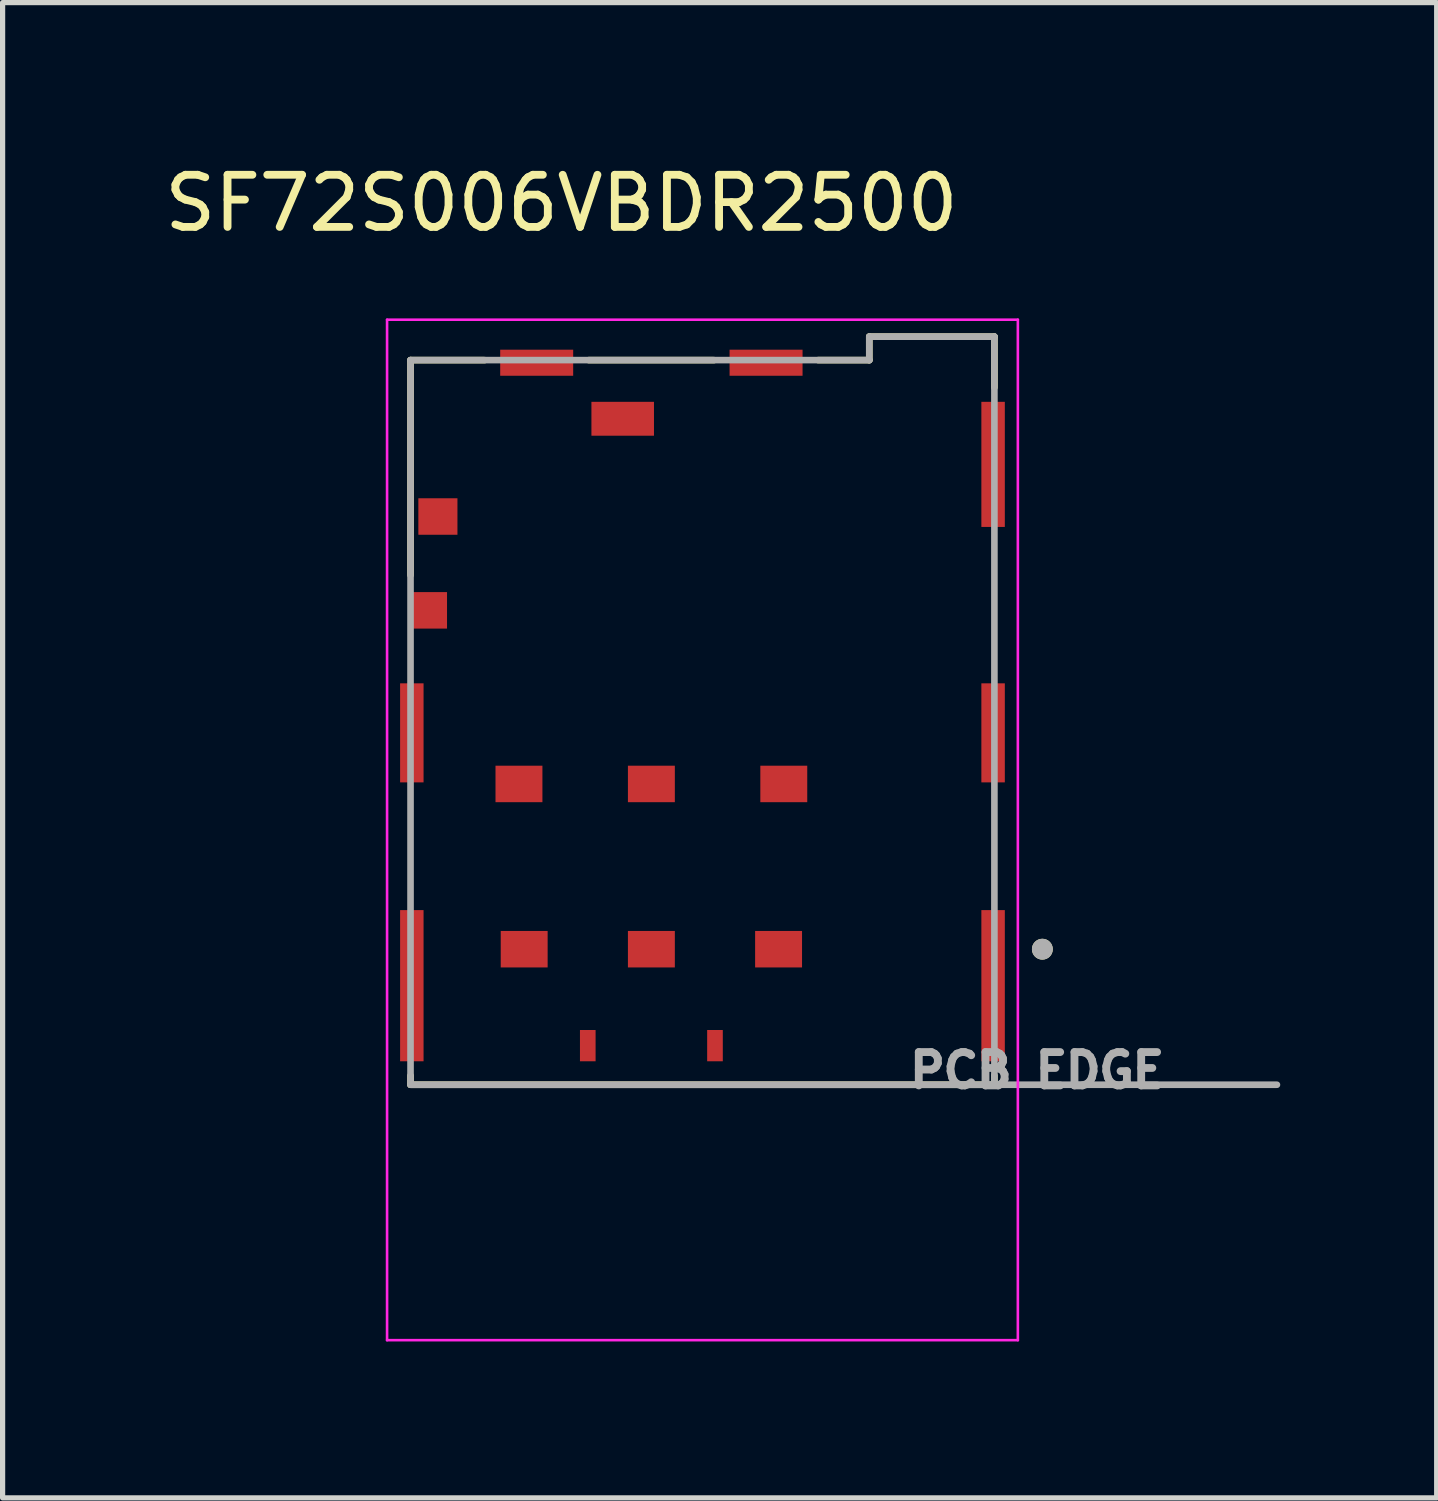
<source format=kicad_pcb>
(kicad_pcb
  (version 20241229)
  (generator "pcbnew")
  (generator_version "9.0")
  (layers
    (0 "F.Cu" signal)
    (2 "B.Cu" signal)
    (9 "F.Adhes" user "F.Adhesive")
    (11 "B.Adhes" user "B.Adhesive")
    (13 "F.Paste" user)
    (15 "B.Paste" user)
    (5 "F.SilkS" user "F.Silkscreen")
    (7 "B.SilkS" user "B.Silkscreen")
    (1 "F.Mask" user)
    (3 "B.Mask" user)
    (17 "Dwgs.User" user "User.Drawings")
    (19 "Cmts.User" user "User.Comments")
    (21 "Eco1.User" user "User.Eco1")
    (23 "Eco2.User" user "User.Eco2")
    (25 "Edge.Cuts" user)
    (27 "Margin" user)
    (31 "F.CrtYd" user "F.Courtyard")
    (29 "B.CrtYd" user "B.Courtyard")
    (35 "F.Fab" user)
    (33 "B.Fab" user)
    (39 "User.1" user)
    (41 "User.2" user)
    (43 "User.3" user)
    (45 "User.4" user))
  (footprint "SF72S006VBDR2500"
    (layer "F.Cu")
    (at 9.445 10.583)
    (property "Reference" "SF72S006VBDR2500" (at -1.725 -9.735 0) (layer "F.SilkS") (effects (font (size 1 1) (thickness 0.15))))
    (attr smd)
    (fp_line (start -4.62 -6.725) (end -3.2 -6.725) (stroke (width 0.127) (type solid)) (layer "F.SilkS"))
    (fp_line (start -4.62 -2.6) (end -4.62 -6.725) (stroke (width 0.127) (type solid)) (layer "F.SilkS"))
    (fp_line (start -4.62 7) (end -4.62 7.175) (stroke (width 0.127) (type solid)) (layer "F.SilkS"))
    (fp_line (start -4.62 7.175) (end 6.58 7.175) (stroke (width 0.127) (type solid)) (layer "F.SilkS"))
    (fp_line (start -1.2 -6.725) (end 1.2 -6.725) (stroke (width 0.127) (type solid)) (layer "F.SilkS"))
    (fp_line (start 3.2 -6.725) (end 4.18 -6.725) (stroke (width 0.127) (type solid)) (layer "F.SilkS"))
    (fp_line (start 4.18 -7.175) (end 6.58 -7.175) (stroke (width 0.127) (type solid)) (layer "F.SilkS"))
    (fp_line (start 4.18 -6.725) (end 4.18 -7.175) (stroke (width 0.127) (type solid)) (layer "F.SilkS"))
    (fp_line (start 6.58 -7.175) (end 6.58 -6.2) (stroke (width 0.127) (type solid)) (layer "F.SilkS"))
    (fp_line (start 6.58 7.175) (end 6.58 7) (stroke (width 0.127) (type solid)) (layer "F.SilkS"))
    (fp_circle (center 7.5 4.575) (end 7.6 4.575) (stroke (width 0.2) (type solid)) (fill no) (layer "F.SilkS"))
    (fp_line (start -5.07 -7.5) (end 7.03 -7.5) (stroke (width 0.05) (type solid)) (layer "F.CrtYd"))
    (fp_line (start -5.07 12.075) (end -5.07 -7.5) (stroke (width 0.05) (type solid)) (layer "F.CrtYd"))
    (fp_line (start 7.03 -7.5) (end 7.03 12.075) (stroke (width 0.05) (type solid)) (layer "F.CrtYd"))
    (fp_line (start 7.03 12.075) (end -5.07 12.075) (stroke (width 0.05) (type solid)) (layer "F.CrtYd"))
    (fp_line (start -4.62 -6.725) (end -4.62 7.175) (stroke (width 0.127) (type solid)) (layer "F.Fab"))
    (fp_line (start -4.62 7.175) (end 6.58 7.175) (stroke (width 0.127) (type solid)) (layer "F.Fab"))
    (fp_line (start 4.18 -7.175) (end 4.18 -6.725) (stroke (width 0.127) (type solid)) (layer "F.Fab"))
    (fp_line (start 4.18 -6.725) (end -4.62 -6.725) (stroke (width 0.127) (type solid)) (layer "F.Fab"))
    (fp_line (start 6.58 -7.175) (end 4.18 -7.175) (stroke (width 0.127) (type solid)) (layer "F.Fab"))
    (fp_line (start 6.58 7.175) (end 6.58 -7.175) (stroke (width 0.127) (type solid)) (layer "F.Fab"))
    (fp_line (start 6.58 7.175) (end 12 7.175) (stroke (width 0.127) (type solid)) (layer "F.Fab"))
    (fp_circle (center 7.5 4.575) (end 7.6 4.575) (stroke (width 0.2) (type solid)) (fill no) (layer "F.Fab"))
    (fp_text user "PCB EDGE" (at 7.4 6.9 0) (layer "F.Fab") (effects (font (size 0.64 0.64) (thickness 0.15))))
    (pad "C1" smd rect (at 2.44 4.575) (size 0.9 0.7) (layers "F.Cu" "F.Mask" "F.Paste"))
    (pad "C2" smd rect (at 0 4.575) (size 0.9 0.7) (layers "F.Cu" "F.Mask" "F.Paste"))
    (pad "C3" smd rect (at -2.44 4.575) (size 0.9 0.7) (layers "F.Cu" "F.Mask" "F.Paste"))
    (pad "C5" smd rect (at 2.54 1.405) (size 0.9 0.7) (layers "F.Cu" "F.Mask" "F.Paste"))
    (pad "C6" smd rect (at 0 1.405) (size 0.9 0.7) (layers "F.Cu" "F.Mask" "F.Paste"))
    (pad "C7" smd rect (at -2.54 1.405) (size 0.9 0.7) (layers "F.Cu" "F.Mask" "F.Paste"))
    (pad "CSW" smd rect (at -4.27 -1.925) (size 0.7 0.7) (layers "F.Cu" "F.Mask" "F.Paste"))
    (pad "DSW" smd rect (at -0.55 -5.6) (size 1.2 0.65) (layers "F.Cu" "F.Mask" "F.Paste"))
    (pad "G1" smd rect (at -4.595 5.275) (size 0.45 2.9) (layers "F.Cu" "F.Mask" "F.Paste"))
    (pad "G2" smd rect (at -4.595 0.425) (size 0.45 1.9) (layers "F.Cu" "F.Mask" "F.Paste"))
    (pad "G3" smd rect (at -4.095 -3.725) (size 0.75 0.7) (layers "F.Cu" "F.Mask" "F.Paste"))
    (pad "G4" smd rect (at -2.2 -6.675) (size 1.4 0.5) (layers "F.Cu" "F.Mask" "F.Paste"))
    (pad "G5" smd rect (at 2.2 -6.675) (size 1.4 0.5) (layers "F.Cu" "F.Mask" "F.Paste"))
    (pad "G6" smd rect (at 6.555 -4.725) (size 0.45 2.4) (layers "F.Cu" "F.Mask" "F.Paste"))
    (pad "G7" smd rect (at 6.555 0.425) (size 0.45 1.9) (layers "F.Cu" "F.Mask" "F.Paste"))
    (pad "G8" smd rect (at 6.555 5.275) (size 0.45 2.9) (layers "F.Cu" "F.Mask" "F.Paste"))
    (pad "G9" smd rect (at 1.22 6.425) (size 0.3 0.6) (layers "F.Cu" "F.Mask" "F.Paste"))
    (pad "G10" smd rect (at -1.22 6.425) (size 0.3 0.6) (layers "F.Cu" "F.Mask" "F.Paste"))
    (zone (net_name "") (layer "F.Cu") (hatch full 0.508) (connect_pads) (min_thickness 0.01) (filled_areas_thickness no) (keepout (tracks not_allowed) (vias not_allowed) (pads not_allowed) (copperpour not_allowed) (footprints allowed)) (placement (enabled no)) (fill) (polygon (pts (xy 7.645 4.708) (xy 7.745 4.708) (xy 7.745 7.408) (xy 12.295 7.408) (xy 12.295 4.708) (xy 12.545 4.708) (xy 12.545 7.908) (xy 7.645 7.908))))
    (zone (net_name "") (layer "F.Cu") (hatch full 0.508) (connect_pads) (min_thickness 0.01) (filled_areas_thickness no) (keepout (tracks not_allowed) (vias not_allowed) (pads not_allowed) (copperpour not_allowed) (footprints allowed)) (placement (enabled no)) (fill) (polygon (pts (xy 5.945 17.758) (xy 5.945 8.258) (xy 12.945 8.258) (xy 12.945 12.338) (xy 12.435 12.338) (xy 12.435 10.458) (xy 12.135 9.158) (xy 11.835 9.158) (xy 11.535 10.458) (xy 11.535 12.338) (xy 9.895 12.338) (xy 9.895 10.458) (xy 9.595 9.158) (xy 9.295 9.158) (xy 8.995 10.458) (xy 8.995 12.338) (xy 7.355 12.338) (xy 7.355 10.458) (xy 7.055 9.158) (xy 6.755 9.158) (xy 6.455 10.458) (xy 6.455 12.338) (xy 12.945 12.338) (xy 12.945 13.558) (xy 10.765 13.558) (xy 10.765 13.508) (xy 11.015 13.508) (xy 11.015 12.808) (xy 10.315 12.808) (xy 10.315 13.508) (xy 10.565 13.508) (xy 10.565 13.558) (xy 8.325 13.558) (xy 8.325 13.508) (xy 8.575 13.508) (xy 8.575 12.808) (xy 7.875 12.808) (xy 7.875 13.508) (xy 8.125 13.508) (xy 8.125 13.558) (xy 6.28 13.558) (xy 6.28 16.808) (xy 7.73 16.808) (xy 7.73 13.558) (xy 8.125 13.558) (xy 8.125 16.723) (xy 8.065 16.723) (xy 8.065 16.743) (xy 8.065 17.313) (xy 8.125 17.313) (xy 8.325 17.313) (xy 8.385 17.313) (xy 8.385 16.723) (xy 8.385 16.703) (xy 8.325 16.703) (xy 8.325 13.558) (xy 8.72 13.558) (xy 8.72 16.808) (xy 10.17 16.808) (xy 10.17 13.558) (xy 10.565 13.558) (xy 10.565 16.703) (xy 10.505 16.703) (xy 10.505 17.313) (xy 10.565 17.313) (xy 10.765 17.313) (xy 10.825 17.313) (xy 10.825 16.703) (xy 10.765 16.703) (xy 10.765 13.558) (xy 11.16 13.558) (xy 11.16 16.808) (xy 12.61 16.808) (xy 12.61 13.558) (xy 12.945 13.558) (xy 12.945 17.758))))
    (zone (net_name "") (layers "F.Cu" "B.Cu") (hatch full 0.508) (connect_pads) (min_thickness 0.01) (filled_areas_thickness no) (keepout (tracks allowed) (vias not_allowed) (pads allowed) (copperpour allowed) (footprints allowed)) (placement (enabled no)) (fill) (polygon (pts (xy 7.645 4.708) (xy 7.745 4.708) (xy 7.745 7.408) (xy 12.295 7.408) (xy 12.295 4.708) (xy 12.545 4.708) (xy 12.545 7.908) (xy 7.645 7.908))))
    (zone (net_name "") (layers "F.Cu" "B.Cu") (hatch full 0.508) (connect_pads) (min_thickness 0.01) (filled_areas_thickness no) (keepout (tracks allowed) (vias not_allowed) (pads allowed) (copperpour allowed) (footprints allowed)) (placement (enabled no)) (fill) (polygon (pts (xy 5.945 17.758) (xy 5.945 8.258) (xy 12.945 8.258) (xy 12.945 12.338) (xy 12.435 12.338) (xy 12.435 10.458) (xy 12.135 9.158) (xy 11.835 9.158) (xy 11.535 10.458) (xy 11.535 12.338) (xy 9.895 12.338) (xy 9.895 10.458) (xy 9.595 9.158) (xy 9.295 9.158) (xy 8.995 10.458) (xy 8.995 12.338) (xy 7.355 12.338) (xy 7.355 10.458) (xy 7.055 9.158) (xy 6.755 9.158) (xy 6.455 10.458) (xy 6.455 12.338) (xy 12.945 12.338) (xy 12.945 13.558) (xy 10.765 13.558) (xy 10.765 13.508) (xy 11.015 13.508) (xy 11.015 12.808) (xy 10.315 12.808) (xy 10.315 13.508) (xy 10.565 13.508) (xy 10.565 13.558) (xy 8.325 13.558) (xy 8.325 13.508) (xy 8.575 13.508) (xy 8.575 12.808) (xy 7.875 12.808) (xy 7.875 13.508) (xy 8.125 13.508) (xy 8.125 13.558) (xy 6.28 13.558) (xy 6.28 16.808) (xy 7.73 16.808) (xy 7.73 13.558) (xy 8.125 13.558) (xy 8.125 16.703) (xy 8.065 16.703) (xy 8.065 17.313) (xy 8.125 17.313) (xy 8.325 17.313) (xy 8.385 17.313) (xy 8.385 16.703) (xy 8.325 16.703) (xy 8.325 13.558) (xy 8.72 13.558) (xy 8.72 16.808) (xy 10.17 16.808) (xy 10.17 13.558) (xy 10.565 13.558) (xy 10.565 16.703) (xy 10.505 16.703) (xy 10.505 17.313) (xy 10.565 17.313) (xy 10.765 17.313) (xy 10.825 17.313) (xy 10.825 16.703) (xy 10.765 16.703) (xy 10.765 13.558) (xy 11.16 13.558) (xy 11.16 16.808) (xy 12.61 16.808) (xy 12.61 13.558) (xy 12.945 13.558) (xy 12.945 17.758)))))
  (gr_rect
    (start -3 -3)
    (end 24.509 25.683)
    (stroke (width 0.1) (type default))
    (fill no)
    (layer "Edge.Cuts")))
</source>
